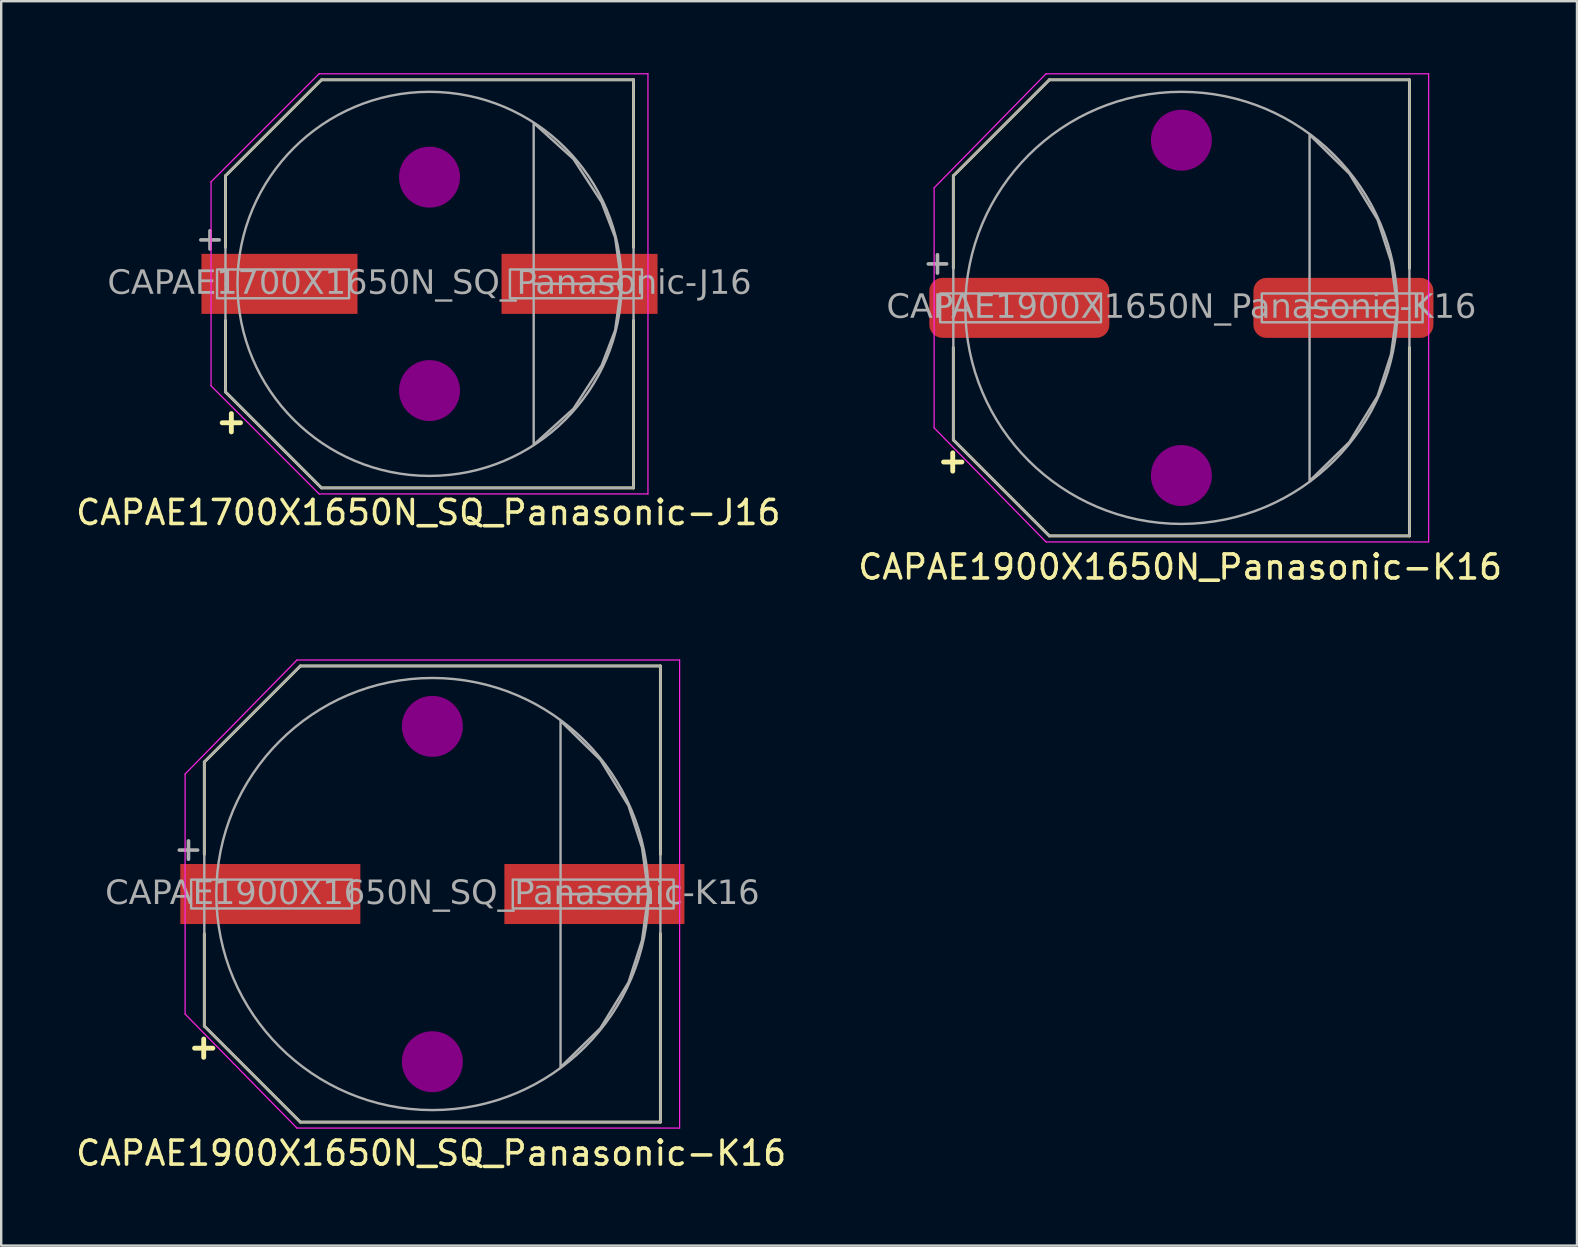
<source format=kicad_pcb>
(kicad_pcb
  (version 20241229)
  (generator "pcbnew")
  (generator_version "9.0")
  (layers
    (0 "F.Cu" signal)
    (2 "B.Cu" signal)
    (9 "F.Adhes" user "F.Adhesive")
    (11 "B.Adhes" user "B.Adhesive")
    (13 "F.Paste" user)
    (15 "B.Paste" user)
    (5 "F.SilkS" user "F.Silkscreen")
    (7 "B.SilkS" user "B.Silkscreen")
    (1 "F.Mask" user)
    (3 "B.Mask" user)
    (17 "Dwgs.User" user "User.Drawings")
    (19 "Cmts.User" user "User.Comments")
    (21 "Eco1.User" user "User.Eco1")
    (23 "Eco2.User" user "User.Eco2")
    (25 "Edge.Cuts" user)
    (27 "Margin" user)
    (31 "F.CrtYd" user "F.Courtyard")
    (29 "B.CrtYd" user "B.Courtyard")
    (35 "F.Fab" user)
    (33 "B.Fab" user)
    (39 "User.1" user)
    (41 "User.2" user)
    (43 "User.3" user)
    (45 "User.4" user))
  (footprint "CAPAE1900X1650N_SQ_Panasonic-K16"
    (layer "F.Cu")
    (at 14.961 34.193)
    (property "Reference" "CAPAE1900X1650N_SQ_Panasonic-K16" (at -0.05 10.795 0) (layer "F.SilkS") (effects (font (size 1 1) (thickness 0.15))))
    (attr smd)
    (fp_line (start -9.5 -5.5) (end -5.502 -9.498) (stroke (width 0.12) (type default)) (layer "F.SilkS"))
    (fp_line (start -9.5 -1.651) (end -9.5 -5.5) (stroke (width 0.12) (type default)) (layer "F.SilkS"))
    (fp_line (start -9.5 1.651) (end -9.5 5.5) (stroke (width 0.12) (type default)) (layer "F.SilkS"))
    (fp_line (start -9.5 5.5) (end -5.502 9.498) (stroke (width 0.12) (type default)) (layer "F.SilkS"))
    (fp_line (start -5.5 -9.5) (end 9.5 -9.5) (stroke (width 0.12) (type solid)) (layer "F.SilkS"))
    (fp_line (start -5.5 9.5) (end 9.5 9.5) (stroke (width 0.12) (type solid)) (layer "F.SilkS"))
    (fp_line (start 9.5 -1.651) (end 9.5 -9.5) (stroke (width 0.12) (type solid)) (layer "F.SilkS"))
    (fp_line (start 9.5 1.651) (end 9.5 9.5) (stroke (width 0.12) (type solid)) (layer "F.SilkS"))
    (fp_circle (center 0 -6.985) (end 1.27 -6.985) (stroke (width 0) (type solid)) (fill yes) (layer "F.Adhes"))
    (fp_circle (center 0 6.985) (end 1.27 6.985) (stroke (width 0) (type solid)) (fill yes) (layer "F.Adhes"))
    (fp_line (start -10.3 -5) (end -10.3 0) (stroke (width 0.05) (type solid)) (layer "F.CrtYd"))
    (fp_line (start -10.3 5) (end -10.3 0) (stroke (width 0.05) (type solid)) (layer "F.CrtYd"))
    (fp_line (start -5.64 -9.75) (end -10.3 -5) (stroke (width 0.05) (type default)) (layer "F.CrtYd"))
    (fp_line (start -5.64 -9.75) (end 10.3 -9.75) (stroke (width 0.05) (type solid)) (layer "F.CrtYd"))
    (fp_line (start -5.64 9.75) (end -10.3 5) (stroke (width 0.05) (type default)) (layer "F.CrtYd"))
    (fp_line (start -5.64 9.75) (end 10.3 9.75) (stroke (width 0.05) (type solid)) (layer "F.CrtYd"))
    (fp_line (start 10.3 -9.75) (end 10.3 0) (stroke (width 0.05) (type solid)) (layer "F.CrtYd"))
    (fp_line (start 10.3 9.75) (end 10.3 0) (stroke (width 0.05) (type solid)) (layer "F.CrtYd"))
    (fp_line (start -9.5 -5.5) (end -9.5 0) (stroke (width 0.1) (type solid)) (layer "F.Fab"))
    (fp_line (start -9.5 -5.5) (end -5.5 -9.5) (stroke (width 0.1) (type default)) (layer "F.Fab"))
    (fp_line (start -9.5 5.5) (end -9.5 0) (stroke (width 0.1) (type solid)) (layer "F.Fab"))
    (fp_line (start -9.5 5.5) (end -5.5 9.5) (stroke (width 0.1) (type default)) (layer "F.Fab"))
    (fp_line (start -5.5 -9.5) (end 9.5 -9.5) (stroke (width 0.1) (type solid)) (layer "F.Fab"))
    (fp_line (start -5.5 9.5) (end 9.5 9.5) (stroke (width 0.1) (type solid)) (layer "F.Fab"))
    (fp_line (start 9.5 -9.5) (end 9.5 0) (stroke (width 0.1) (type solid)) (layer "F.Fab"))
    (fp_line (start 9.5 9.5) (end 9.5 0) (stroke (width 0.1) (type solid)) (layer "F.Fab"))
    (fp_rect (start -10.05 0.6) (end -3.35 -0.6) (stroke (width 0.1) (type solid)) (fill no) (layer "F.Fab"))
    (fp_rect (start 3.35 0.6) (end 10.05 -0.6) (stroke (width 0.1) (type solid)) (fill no) (layer "F.Fab"))
    (fp_circle (center 0 0) (end 9 0) (stroke (width 0.1) (type default)) (fill no) (layer "F.Fab"))
    (fp_poly (pts (xy 5.34 -7.21) (xy 6.997 -5.59) (xy 8.17 -3.68) (xy 8.733 -1.933) (xy 9 0) (xy 5.34 0)) (stroke (width 0.1) (type solid)) (fill no) (layer "F.Fab"))
    (fp_poly (pts (xy 5.34 7.21) (xy 6.997 5.59) (xy 8.17 3.68) (xy 8.733 1.933) (xy 9 0) (xy 5.34 0)) (stroke (width 0.1) (type solid)) (fill no) (layer "F.Fab"))
    (fp_text user "+" (at -9.525 6.35 0) (unlocked yes) (layer "F.SilkS") (effects (font (size 1 1) (thickness 0.203) (bold yes))))
    (fp_text user "${REFERENCE}" (at 0 0 0) (layer "F.Fab") (effects (font (face "Tahoma") (size 1 1) (thickness 0.15))))
    (fp_text user "+" (at -10.16 -1.905 0) (unlocked yes) (layer "F.Fab") (effects (font (size 1 1) (thickness 0.152))))
    (pad "1" smd rect (at -6.75 0) (size 7.5 2.5) (layers "F.Cu" "F.Mask" "F.Paste"))
    (pad "2" smd rect (at 6.75 0) (size 7.5 2.5) (layers "F.Cu" "F.Mask" "F.Paste")))
  (footprint "CAPAE1700X1650N_SQ_Panasonic-J16"
    (layer "F.Cu")
    (at 14.842 8.775)
    (property "Reference" "CAPAE1700X1650N_SQ_Panasonic-J16" (at -0.05 9.525 0) (layer "F.SilkS") (effects (font (size 1 1) (thickness 0.15))))
    (attr smd)
    (fp_line (start -8.5 -1.524) (end -8.5 -4.5) (stroke (width 0.12) (type default)) (layer "F.SilkS"))
    (fp_line (start -8.5 1.524) (end -8.5 4.5) (stroke (width 0.12) (type default)) (layer "F.SilkS"))
    (fp_line (start -8.498 -4.502) (end -4.5 -8.5) (stroke (width 0.12) (type default)) (layer "F.SilkS"))
    (fp_line (start -8.498 4.502) (end -4.5 8.5) (stroke (width 0.12) (type default)) (layer "F.SilkS"))
    (fp_line (start -4.49 -8.5) (end 8.5 -8.5) (stroke (width 0.12) (type solid)) (layer "F.SilkS"))
    (fp_line (start -4.49 8.5) (end 8.5 8.5) (stroke (width 0.12) (type solid)) (layer "F.SilkS"))
    (fp_line (start 8.5 -1.524) (end 8.5 -8.5) (stroke (width 0.12) (type solid)) (layer "F.SilkS"))
    (fp_line (start 8.5 1.524) (end 8.5 8.5) (stroke (width 0.12) (type solid)) (layer "F.SilkS"))
    (fp_circle (center 0 -4.445) (end 1.27 -4.445) (stroke (width 0) (type solid)) (fill yes) (layer "F.Adhes"))
    (fp_circle (center 0 4.445) (end 1.27 4.445) (stroke (width 0) (type solid)) (fill yes) (layer "F.Adhes"))
    (fp_line (start -9.1 -4.25) (end -9.1 0) (stroke (width 0.05) (type solid)) (layer "F.CrtYd"))
    (fp_line (start -9.1 4.25) (end -9.1 0) (stroke (width 0.05) (type solid)) (layer "F.CrtYd"))
    (fp_line (start -4.6 -8.75) (end -9.1 -4.25) (stroke (width 0.05) (type default)) (layer "F.CrtYd"))
    (fp_line (start -4.6 -8.75) (end 9.1 -8.75) (stroke (width 0.05) (type solid)) (layer "F.CrtYd"))
    (fp_line (start -4.6 8.75) (end -9.1 4.25) (stroke (width 0.05) (type default)) (layer "F.CrtYd"))
    (fp_line (start -4.6 8.75) (end 9.1 8.75) (stroke (width 0.05) (type solid)) (layer "F.CrtYd"))
    (fp_line (start 9.1 -8.75) (end 9.1 0) (stroke (width 0.05) (type solid)) (layer "F.CrtYd"))
    (fp_line (start 9.1 8.75) (end 9.1 0) (stroke (width 0.05) (type solid)) (layer "F.CrtYd"))
    (fp_line (start -8.5 -4.5) (end -8.5 0) (stroke (width 0.1) (type solid)) (layer "F.Fab"))
    (fp_line (start -8.5 -4.5) (end -4.5 -8.5) (stroke (width 0.1) (type default)) (layer "F.Fab"))
    (fp_line (start -8.5 4.5) (end -8.5 0) (stroke (width 0.1) (type solid)) (layer "F.Fab"))
    (fp_line (start -8.5 4.5) (end -4.5 8.5) (stroke (width 0.1) (type default)) (layer "F.Fab"))
    (fp_line (start -4.5 -8.5) (end 8.5 -8.5) (stroke (width 0.1) (type solid)) (layer "F.Fab"))
    (fp_line (start -4.5 8.5) (end 8.5 8.5) (stroke (width 0.1) (type solid)) (layer "F.Fab"))
    (fp_line (start 8.5 -8.5) (end 8.5 0) (stroke (width 0.1) (type solid)) (layer "F.Fab"))
    (fp_line (start 8.5 8.5) (end 8.5 0) (stroke (width 0.1) (type solid)) (layer "F.Fab"))
    (fp_rect (start -8.85 0.6) (end -3.35 -0.6) (stroke (width 0.1) (type solid)) (fill no) (layer "F.Fab"))
    (fp_rect (start 3.35 0.6) (end 8.85 -0.6) (stroke (width 0.1) (type solid)) (fill no) (layer "F.Fab"))
    (fp_circle (center 0 0) (end 8 0) (stroke (width 0.1) (type default)) (fill no) (layer "F.Fab"))
    (fp_poly (pts (xy 4.34 -6.7) (xy 5.997 -5.2) (xy 7.17 -3.4) (xy 7.733 -1.933) (xy 8 0) (xy 4.34 0)) (stroke (width 0.1) (type solid)) (fill no) (layer "F.Fab"))
    (fp_poly (pts (xy 4.34 6.7) (xy 5.997 5.2) (xy 7.17 3.4) (xy 7.733 1.933) (xy 8 0) (xy 4.34 0)) (stroke (width 0.1) (type solid)) (fill no) (layer "F.Fab"))
    (fp_text user "+" (at -8.255 5.715 0) (unlocked yes) (layer "F.SilkS") (effects (font (size 1 1) (thickness 0.203) (bold yes))))
    (fp_text user "${REFERENCE}" (at 0 0 0) (layer "F.Fab") (effects (font (face "Tahoma") (size 1 1) (thickness 0.15))))
    (fp_text user "+" (at -9.144 -1.905 0) (unlocked yes) (layer "F.Fab") (effects (font (size 1 1) (thickness 0.152))))
    (pad "1" smd rect (at -6.25 0) (size 6.5 2.5) (layers "F.Cu" "F.Mask" "F.Paste"))
    (pad "2" smd rect (at 6.25 0) (size 6.5 2.5) (layers "F.Cu" "F.Mask" "F.Paste")))
  (footprint "CAPAE1900X1650N_Panasonic-K16"
    (layer "F.Cu")
    (at 46.163 9.775)
    (property "Reference" "CAPAE1900X1650N_Panasonic-K16" (at -0.05 10.795 0) (layer "F.SilkS") (effects (font (size 1 1) (thickness 0.15))))
    (attr smd)
    (fp_line (start -9.5 -5.5) (end -5.502 -9.498) (stroke (width 0.12) (type default)) (layer "F.SilkS"))
    (fp_line (start -9.5 -1.651) (end -9.5 -5.5) (stroke (width 0.12) (type default)) (layer "F.SilkS"))
    (fp_line (start -9.5 1.651) (end -9.5 5.5) (stroke (width 0.12) (type default)) (layer "F.SilkS"))
    (fp_line (start -9.5 5.5) (end -5.502 9.498) (stroke (width 0.12) (type default)) (layer "F.SilkS"))
    (fp_line (start -5.5 -9.5) (end 9.5 -9.5) (stroke (width 0.12) (type solid)) (layer "F.SilkS"))
    (fp_line (start -5.5 9.5) (end 9.5 9.5) (stroke (width 0.12) (type solid)) (layer "F.SilkS"))
    (fp_line (start 9.5 -1.651) (end 9.5 -9.5) (stroke (width 0.12) (type solid)) (layer "F.SilkS"))
    (fp_line (start 9.5 1.651) (end 9.5 9.5) (stroke (width 0.12) (type solid)) (layer "F.SilkS"))
    (fp_circle (center 0 -6.985) (end 1.27 -6.985) (stroke (width 0) (type solid)) (fill yes) (layer "F.Adhes"))
    (fp_circle (center 0 6.985) (end 1.27 6.985) (stroke (width 0) (type solid)) (fill yes) (layer "F.Adhes"))
    (fp_line (start -10.3 -5) (end -10.3 0) (stroke (width 0.05) (type solid)) (layer "F.CrtYd"))
    (fp_line (start -10.3 5) (end -10.3 0) (stroke (width 0.05) (type solid)) (layer "F.CrtYd"))
    (fp_line (start -5.64 -9.75) (end -10.3 -5) (stroke (width 0.05) (type default)) (layer "F.CrtYd"))
    (fp_line (start -5.64 -9.75) (end 10.3 -9.75) (stroke (width 0.05) (type solid)) (layer "F.CrtYd"))
    (fp_line (start -5.64 9.75) (end -10.3 5) (stroke (width 0.05) (type default)) (layer "F.CrtYd"))
    (fp_line (start -5.64 9.75) (end 10.3 9.75) (stroke (width 0.05) (type solid)) (layer "F.CrtYd"))
    (fp_line (start 10.3 -9.75) (end 10.3 0) (stroke (width 0.05) (type solid)) (layer "F.CrtYd"))
    (fp_line (start 10.3 9.75) (end 10.3 0) (stroke (width 0.05) (type solid)) (layer "F.CrtYd"))
    (fp_line (start -9.5 -5.5) (end -9.5 0) (stroke (width 0.1) (type solid)) (layer "F.Fab"))
    (fp_line (start -9.5 -5.5) (end -5.5 -9.5) (stroke (width 0.1) (type default)) (layer "F.Fab"))
    (fp_line (start -9.5 5.5) (end -9.5 0) (stroke (width 0.1) (type solid)) (layer "F.Fab"))
    (fp_line (start -9.5 5.5) (end -5.5 9.5) (stroke (width 0.1) (type default)) (layer "F.Fab"))
    (fp_line (start -5.5 -9.5) (end 9.5 -9.5) (stroke (width 0.1) (type solid)) (layer "F.Fab"))
    (fp_line (start -5.5 9.5) (end 9.5 9.5) (stroke (width 0.1) (type solid)) (layer "F.Fab"))
    (fp_line (start 9.5 -9.5) (end 9.5 0) (stroke (width 0.1) (type solid)) (layer "F.Fab"))
    (fp_line (start 9.5 9.5) (end 9.5 0) (stroke (width 0.1) (type solid)) (layer "F.Fab"))
    (fp_rect (start -10.05 0.6) (end -3.35 -0.6) (stroke (width 0.1) (type solid)) (fill no) (layer "F.Fab"))
    (fp_rect (start 3.35 0.6) (end 10.05 -0.6) (stroke (width 0.1) (type solid)) (fill no) (layer "F.Fab"))
    (fp_circle (center 0 0) (end 9 0) (stroke (width 0.1) (type default)) (fill no) (layer "F.Fab"))
    (fp_poly (pts (xy 5.34 -7.21) (xy 6.997 -5.59) (xy 8.17 -3.68) (xy 8.733 -1.933) (xy 9 0) (xy 5.34 0)) (stroke (width 0.1) (type solid)) (fill no) (layer "F.Fab"))
    (fp_poly (pts (xy 5.34 7.21) (xy 6.997 5.59) (xy 8.17 3.68) (xy 8.733 1.933) (xy 9 0) (xy 5.34 0)) (stroke (width 0.1) (type solid)) (fill no) (layer "F.Fab"))
    (fp_text user "+" (at -9.525 6.35 0) (unlocked yes) (layer "F.SilkS") (effects (font (size 1 1) (thickness 0.203) (bold yes))))
    (fp_text user "${REFERENCE}" (at 0 0 0) (layer "F.Fab") (effects (font (face "Tahoma") (size 1 1) (thickness 0.15))))
    (fp_text user "+" (at -10.16 -1.905 0) (unlocked yes) (layer "F.Fab") (effects (font (size 1 1) (thickness 0.152))))
    (pad "1" smd roundrect (at -6.75 0) (size 7.5 2.5) (layers "F.Cu" "F.Mask" "F.Paste") (roundrect_rratio 0.217))
    (pad "2" smd roundrect (at 6.75 0) (size 7.5 2.5) (layers "F.Cu" "F.Mask" "F.Paste") (roundrect_rratio 0.217)))
  (gr_rect
    (start -3 -3)
    (end 62.643 48.837)
    (stroke (width 0.1) (type default))
    (fill no)
    (layer "Edge.Cuts")))
</source>
